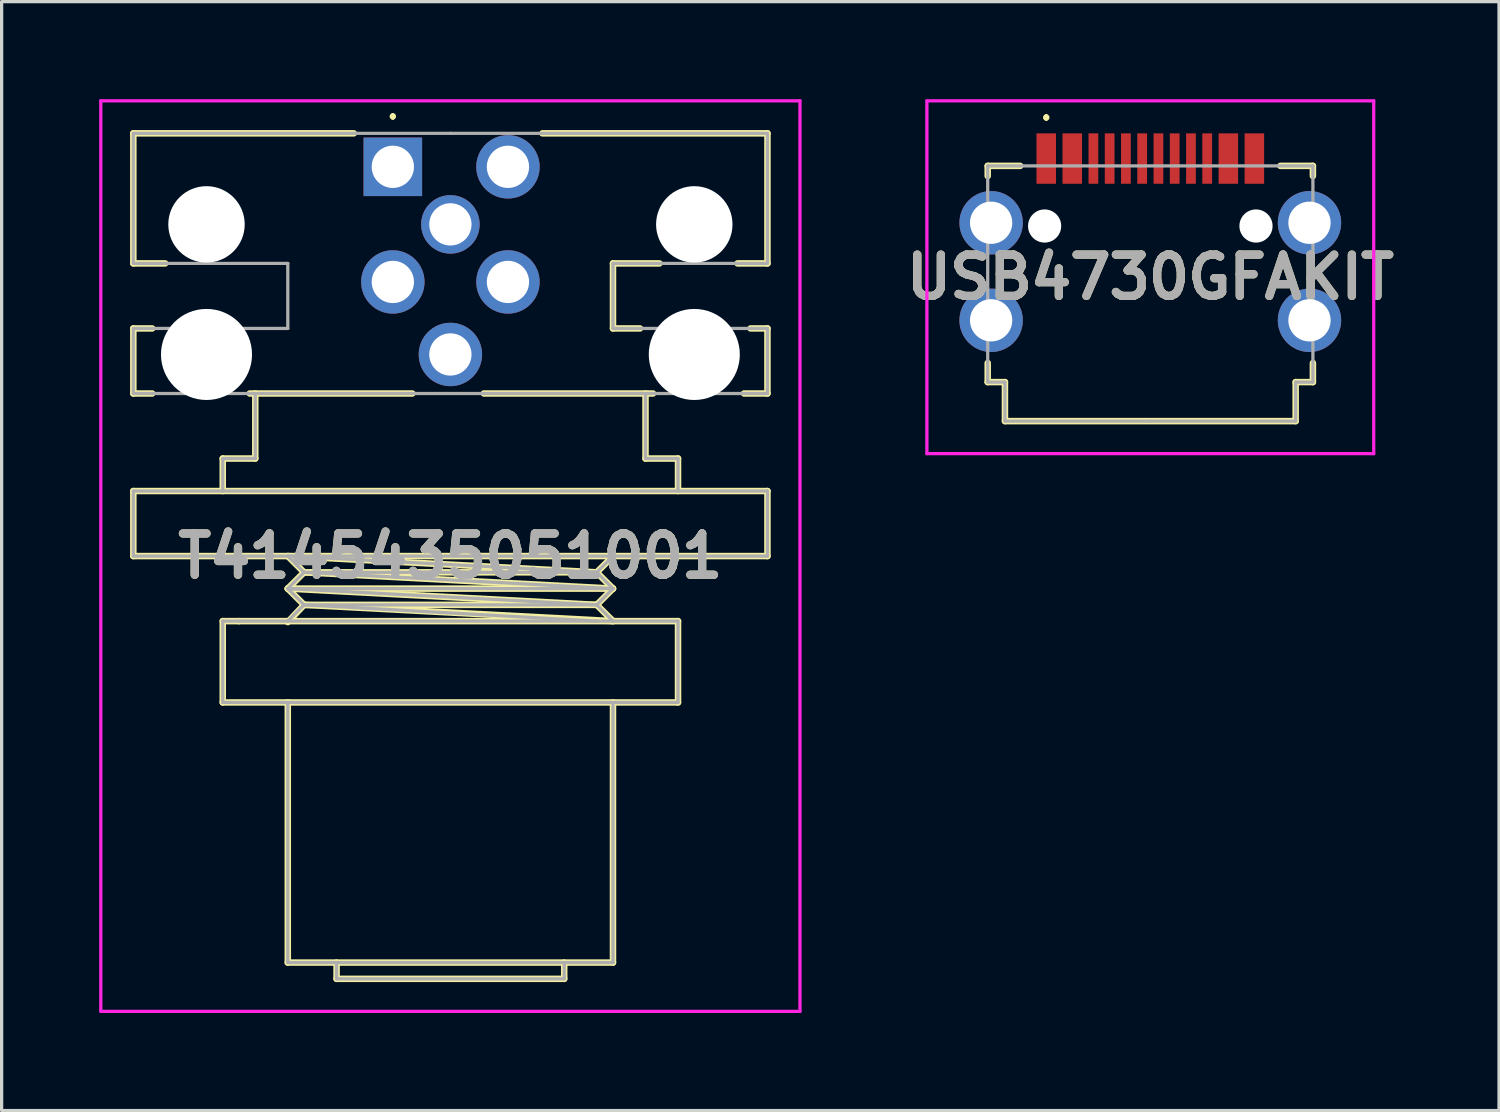
<source format=kicad_pcb>
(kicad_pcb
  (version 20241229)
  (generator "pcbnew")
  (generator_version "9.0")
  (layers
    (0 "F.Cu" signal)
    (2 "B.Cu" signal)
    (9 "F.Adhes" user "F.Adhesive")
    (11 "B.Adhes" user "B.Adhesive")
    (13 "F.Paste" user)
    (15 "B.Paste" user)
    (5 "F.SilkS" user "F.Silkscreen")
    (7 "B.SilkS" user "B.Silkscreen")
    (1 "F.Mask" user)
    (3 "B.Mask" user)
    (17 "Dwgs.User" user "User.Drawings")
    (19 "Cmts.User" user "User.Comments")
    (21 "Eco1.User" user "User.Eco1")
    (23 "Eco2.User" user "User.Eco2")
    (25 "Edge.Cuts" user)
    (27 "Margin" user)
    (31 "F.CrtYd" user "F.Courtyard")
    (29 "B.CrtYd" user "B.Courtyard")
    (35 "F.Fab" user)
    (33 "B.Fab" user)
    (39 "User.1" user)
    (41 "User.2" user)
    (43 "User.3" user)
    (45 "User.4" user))
  (footprint "USB4730GFAKIT"
    (layer "F.Cu")
    (at 32.323 5.863)
    (property "Reference" "USB4730GFAKIT" (at 0 -0.388 0) (layer "F.SilkS") (effects (font (size 1.27 1.27) (thickness 0.254))))
    (attr through_hole)
    (fp_line (start -5 -3.812) (end -5 -3.5) (stroke (width 0.2) (type solid)) (layer "F.SilkS"))
    (fp_line (start -5 2.837) (end -5 2.25) (stroke (width 0.2) (type solid)) (layer "F.SilkS"))
    (fp_line (start -4.47 2.837) (end -5 2.837) (stroke (width 0.2) (type solid)) (layer "F.SilkS"))
    (fp_line (start -4.47 4.037) (end -4.47 2.837) (stroke (width 0.2) (type solid)) (layer "F.SilkS"))
    (fp_line (start -4 -3.812) (end -5 -3.812) (stroke (width 0.2) (type solid)) (layer "F.SilkS"))
    (fp_line (start -3.2 -5.35) (end -3.2 -5.35) (stroke (width 0.1) (type solid)) (layer "F.SilkS"))
    (fp_line (start -3.2 -5.25) (end -3.2 -5.25) (stroke (width 0.1) (type solid)) (layer "F.SilkS"))
    (fp_line (start 4 -3.812) (end 5 -3.812) (stroke (width 0.2) (type solid)) (layer "F.SilkS"))
    (fp_line (start 4.47 2.837) (end 4.47 4.037) (stroke (width 0.2) (type solid)) (layer "F.SilkS"))
    (fp_line (start 4.47 4.037) (end -4.47 4.037) (stroke (width 0.2) (type solid)) (layer "F.SilkS"))
    (fp_line (start 5 -3.812) (end 5 -3.5) (stroke (width 0.2) (type solid)) (layer "F.SilkS"))
    (fp_line (start 5 2.25) (end 5 2.837) (stroke (width 0.2) (type solid)) (layer "F.SilkS"))
    (fp_line (start 5 2.837) (end 4.47 2.837) (stroke (width 0.2) (type solid)) (layer "F.SilkS"))
    (fp_arc (start -3.2 -5.35) (mid -3.15 -5.3) (end -3.2 -5.25) (stroke (width 0.1) (type solid)) (layer "F.SilkS"))
    (fp_arc (start -3.2 -5.25) (mid -3.25 -5.3) (end -3.2 -5.35) (stroke (width 0.1) (type solid)) (layer "F.SilkS"))
    (fp_line (start -6.87 -5.813) (end 6.87 -5.813) (stroke (width 0.1) (type solid)) (layer "F.CrtYd"))
    (fp_line (start -6.87 5.037) (end -6.87 -5.813) (stroke (width 0.1) (type solid)) (layer "F.CrtYd"))
    (fp_line (start 6.87 -5.813) (end 6.87 5.037) (stroke (width 0.1) (type solid)) (layer "F.CrtYd"))
    (fp_line (start 6.87 5.037) (end -6.87 5.037) (stroke (width 0.1) (type solid)) (layer "F.CrtYd"))
    (fp_line (start -5 -3.812) (end -5 2.837) (stroke (width 0.1) (type solid)) (layer "F.Fab"))
    (fp_line (start -5 2.837) (end -4.47 2.837) (stroke (width 0.1) (type solid)) (layer "F.Fab"))
    (fp_line (start -4.47 2.837) (end -4.47 4.037) (stroke (width 0.1) (type solid)) (layer "F.Fab"))
    (fp_line (start -4.47 4.037) (end 0 4.037) (stroke (width 0.1) (type solid)) (layer "F.Fab"))
    (fp_line (start 0 4.037) (end 4.47 4.037) (stroke (width 0.1) (type solid)) (layer "F.Fab"))
    (fp_line (start 4.47 2.837) (end 5 2.837) (stroke (width 0.1) (type solid)) (layer "F.Fab"))
    (fp_line (start 4.47 4.037) (end 4.47 2.837) (stroke (width 0.1) (type solid)) (layer "F.Fab"))
    (fp_line (start 5 -3.812) (end -5 -3.812) (stroke (width 0.1) (type solid)) (layer "F.Fab"))
    (fp_line (start 5 2.837) (end 5 -3.812) (stroke (width 0.1) (type solid)) (layer "F.Fab"))
    (fp_text user "${REFERENCE}" (at 0 -0.388 0) (layer "F.Fab") (effects (font (size 1.27 1.27) (thickness 0.254))))
    (pad "" np_thru_hole circle (at -3.25 -1.963) (size 1.02 1.02) (drill 1.02) (layers "*.Cu" "*.Mask"))
    (pad "" np_thru_hole circle (at 3.25 -1.963) (size 1.02 1.02) (drill 1.02) (layers "*.Cu" "*.Mask"))
    (pad "A1" smd rect (at -3.2 -4.037) (size 0.6 1.55) (layers "F.Cu" "F.Mask" "F.Paste"))
    (pad "A4" smd rect (at -2.4 -4.037) (size 0.6 1.55) (layers "F.Cu" "F.Mask" "F.Paste"))
    (pad "A5" smd rect (at -1.25 -4.037) (size 0.3 1.55) (layers "F.Cu" "F.Mask" "F.Paste"))
    (pad "A6" smd rect (at -0.25 -4.037) (size 0.3 1.55) (layers "F.Cu" "F.Mask" "F.Paste"))
    (pad "A7" smd rect (at 0.25 -4.037) (size 0.3 1.55) (layers "F.Cu" "F.Mask" "F.Paste"))
    (pad "A8" smd rect (at 1.25 -4.037) (size 0.3 1.55) (layers "F.Cu" "F.Mask" "F.Paste"))
    (pad "A9" smd rect (at 2.4 -4.037) (size 0.6 1.55) (layers "F.Cu" "F.Mask" "F.Paste"))
    (pad "A12" smd rect (at 3.2 -4.037) (size 0.6 1.55) (layers "F.Cu" "F.Mask" "F.Paste"))
    (pad "B5" smd rect (at 1.75 -4.037) (size 0.3 1.55) (layers "F.Cu" "F.Mask" "F.Paste"))
    (pad "B6" smd rect (at 0.75 -4.037) (size 0.3 1.55) (layers "F.Cu" "F.Mask" "F.Paste"))
    (pad "B7" smd rect (at -0.75 -4.037) (size 0.3 1.55) (layers "F.Cu" "F.Mask" "F.Paste"))
    (pad "B8" smd rect (at -1.75 -4.037) (size 0.3 1.55) (layers "F.Cu" "F.Mask" "F.Paste"))
    (pad "MH1" thru_hole circle (at -4.895 -2.063) (size 1.95 1.95) (drill 1.3) (layers "*.Cu" "*.Mask"))
    (pad "MH2" thru_hole circle (at -4.895 0.937) (size 1.95 1.95) (drill 1.3) (layers "*.Cu" "*.Mask"))
    (pad "MH3" thru_hole circle (at 4.895 0.937) (size 1.95 1.95) (drill 1.3) (layers "*.Cu" "*.Mask"))
    (pad "MH4" thru_hole circle (at 4.895 -2.063) (size 1.95 1.95) (drill 1.3) (layers "*.Cu" "*.Mask")))
  (footprint "T4145435051001"
    (layer "F.Cu")
    (at 9.03 2.08)
    (property "Reference" "T4145435051001" (at 1.77 11.97 0) (layer "F.SilkS") (effects (font (size 1.27 1.27) (thickness 0.254))))
    (attr through_hole)
    (fp_line (start -7.98 -1.03) (end -1.2 -1.03) (stroke (width 0.2) (type solid)) (layer "F.SilkS"))
    (fp_line (start -7.98 2.97) (end -7.98 -1.03) (stroke (width 0.2) (type solid)) (layer "F.SilkS"))
    (fp_line (start -7.98 4.97) (end -7.98 6.97) (stroke (width 0.2) (type solid)) (layer "F.SilkS"))
    (fp_line (start -7.98 6.97) (end -7.4 6.97) (stroke (width 0.2) (type solid)) (layer "F.SilkS"))
    (fp_line (start -7.98 9.97) (end 11.52 9.97) (stroke (width 0.2) (type solid)) (layer "F.SilkS"))
    (fp_line (start -7.98 11.97) (end -7.98 9.97) (stroke (width 0.2) (type solid)) (layer "F.SilkS"))
    (fp_line (start -7.4 4.97) (end -7.98 4.97) (stroke (width 0.2) (type solid)) (layer "F.SilkS"))
    (fp_line (start -7 2.97) (end -7.98 2.97) (stroke (width 0.2) (type solid)) (layer "F.SilkS"))
    (fp_line (start -5.23 8.97) (end -5.23 9.97) (stroke (width 0.2) (type solid)) (layer "F.SilkS"))
    (fp_line (start -5.23 13.97) (end -5.23 16.47) (stroke (width 0.2) (type solid)) (layer "F.SilkS"))
    (fp_line (start -5.23 16.47) (end 8.77 16.47) (stroke (width 0.2) (type solid)) (layer "F.SilkS"))
    (fp_line (start -4.73 13.97) (end -5.23 13.97) (stroke (width 0.2) (type solid)) (layer "F.SilkS"))
    (fp_line (start -4.23 6.97) (end -4.23 8.97) (stroke (width 0.2) (type solid)) (layer "F.SilkS"))
    (fp_line (start -4.23 8.97) (end -5.23 8.97) (stroke (width 0.2) (type solid)) (layer "F.SilkS"))
    (fp_line (start -3.23 11.97) (end -2.73 12.47) (stroke (width 0.2) (type solid)) (layer "F.SilkS"))
    (fp_line (start -3.23 11.97) (end 6.27 12.47) (stroke (width 0.2) (type solid)) (layer "F.SilkS"))
    (fp_line (start -3.23 12.97) (end -2.73 13.47) (stroke (width 0.2) (type solid)) (layer "F.SilkS"))
    (fp_line (start -3.23 12.97) (end 6.27 13.47) (stroke (width 0.2) (type solid)) (layer "F.SilkS"))
    (fp_line (start -3.23 16.47) (end -3.23 24.47) (stroke (width 0.2) (type solid)) (layer "F.SilkS"))
    (fp_line (start -3.23 24.47) (end 6.77 24.47) (stroke (width 0.2) (type solid)) (layer "F.SilkS"))
    (fp_line (start -2.73 12.47) (end -3.23 12.97) (stroke (width 0.2) (type solid)) (layer "F.SilkS"))
    (fp_line (start -2.73 12.47) (end 6.77 12.97) (stroke (width 0.2) (type solid)) (layer "F.SilkS"))
    (fp_line (start -2.73 13.47) (end -3.23 14) (stroke (width 0.2) (type solid)) (layer "F.SilkS"))
    (fp_line (start -2.73 13.47) (end 6.77 13.97) (stroke (width 0.2) (type solid)) (layer "F.SilkS"))
    (fp_line (start -1.73 24.47) (end -1.73 24.97) (stroke (width 0.2) (type solid)) (layer "F.SilkS"))
    (fp_line (start -1.73 24.97) (end 5.27 24.97) (stroke (width 0.2) (type solid)) (layer "F.SilkS"))
    (fp_line (start 0 -1.6) (end 0 -1.6) (stroke (width 0.1) (type solid)) (layer "F.SilkS"))
    (fp_line (start 0 -1.5) (end 0 -1.5) (stroke (width 0.1) (type solid)) (layer "F.SilkS"))
    (fp_line (start 0.6 6.97) (end -4.4 6.97) (stroke (width 0.2) (type solid)) (layer "F.SilkS"))
    (fp_line (start 4.6 -1.03) (end 11.52 -1.03) (stroke (width 0.2) (type solid)) (layer "F.SilkS"))
    (fp_line (start 5.27 24.97) (end 5.27 24.47) (stroke (width 0.2) (type solid)) (layer "F.SilkS"))
    (fp_line (start 6.27 12.47) (end -2.73 12.47) (stroke (width 0.2) (type solid)) (layer "F.SilkS"))
    (fp_line (start 6.27 12.47) (end 6.77 12.97) (stroke (width 0.2) (type solid)) (layer "F.SilkS"))
    (fp_line (start 6.27 13.47) (end -2.73 13.47) (stroke (width 0.2) (type solid)) (layer "F.SilkS"))
    (fp_line (start 6.27 13.47) (end 6.77 13.97) (stroke (width 0.2) (type solid)) (layer "F.SilkS"))
    (fp_line (start 6.77 2.97) (end 6.77 4.97) (stroke (width 0.2) (type solid)) (layer "F.SilkS"))
    (fp_line (start 6.77 4.97) (end 7.6 4.97) (stroke (width 0.2) (type solid)) (layer "F.SilkS"))
    (fp_line (start 6.77 11.97) (end 6.27 12.47) (stroke (width 0.2) (type solid)) (layer "F.SilkS"))
    (fp_line (start 6.77 12.97) (end -3.23 12.97) (stroke (width 0.2) (type solid)) (layer "F.SilkS"))
    (fp_line (start 6.77 12.97) (end 6.27 13.47) (stroke (width 0.2) (type solid)) (layer "F.SilkS"))
    (fp_line (start 6.77 24.47) (end 6.77 16.47) (stroke (width 0.2) (type solid)) (layer "F.SilkS"))
    (fp_line (start 7.77 6.97) (end 7.77 8.97) (stroke (width 0.2) (type solid)) (layer "F.SilkS"))
    (fp_line (start 7.77 8.97) (end 8.77 8.97) (stroke (width 0.2) (type solid)) (layer "F.SilkS"))
    (fp_line (start 8 6.97) (end 2.8 6.97) (stroke (width 0.2) (type solid)) (layer "F.SilkS"))
    (fp_line (start 8.2 2.97) (end 6.77 2.97) (stroke (width 0.2) (type solid)) (layer "F.SilkS"))
    (fp_line (start 8.77 8.97) (end 8.77 9.97) (stroke (width 0.2) (type solid)) (layer "F.SilkS"))
    (fp_line (start 8.77 13.97) (end -4.73 13.97) (stroke (width 0.2) (type solid)) (layer "F.SilkS"))
    (fp_line (start 8.77 16.47) (end 8.77 13.97) (stroke (width 0.2) (type solid)) (layer "F.SilkS"))
    (fp_line (start 11 4.97) (end 11.52 4.97) (stroke (width 0.2) (type solid)) (layer "F.SilkS"))
    (fp_line (start 11.52 -1.03) (end 11.52 2.97) (stroke (width 0.2) (type solid)) (layer "F.SilkS"))
    (fp_line (start 11.52 2.97) (end 10.6 2.97) (stroke (width 0.2) (type solid)) (layer "F.SilkS"))
    (fp_line (start 11.52 4.97) (end 11.52 6.97) (stroke (width 0.2) (type solid)) (layer "F.SilkS"))
    (fp_line (start 11.52 6.97) (end 10.8 6.97) (stroke (width 0.2) (type solid)) (layer "F.SilkS"))
    (fp_line (start 11.52 9.97) (end 11.52 11.97) (stroke (width 0.2) (type solid)) (layer "F.SilkS"))
    (fp_line (start 11.52 11.97) (end -7.98 11.97) (stroke (width 0.2) (type solid)) (layer "F.SilkS"))
    (fp_arc (start 0 -1.6) (mid 0.05 -1.55) (end 0 -1.5) (stroke (width 0.1) (type solid)) (layer "F.SilkS"))
    (fp_arc (start 0 -1.5) (mid -0.05 -1.55) (end 0 -1.6) (stroke (width 0.1) (type solid)) (layer "F.SilkS"))
    (fp_line (start -8.98 -2.03) (end 12.52 -2.03) (stroke (width 0.1) (type solid)) (layer "F.CrtYd"))
    (fp_line (start -8.98 25.97) (end -8.98 -2.03) (stroke (width 0.1) (type solid)) (layer "F.CrtYd"))
    (fp_line (start 12.52 -2.03) (end 12.52 25.97) (stroke (width 0.1) (type solid)) (layer "F.CrtYd"))
    (fp_line (start 12.52 25.97) (end -8.98 25.97) (stroke (width 0.1) (type solid)) (layer "F.CrtYd"))
    (fp_line (start -7.98 -1.03) (end 1.77 -1.03) (stroke (width 0.1) (type solid)) (layer "F.Fab"))
    (fp_line (start -7.98 2.97) (end -7.98 -1.03) (stroke (width 0.1) (type solid)) (layer "F.Fab"))
    (fp_line (start -7.98 4.97) (end -3.23 4.97) (stroke (width 0.1) (type solid)) (layer "F.Fab"))
    (fp_line (start -7.98 6.97) (end -7.98 4.97) (stroke (width 0.1) (type solid)) (layer "F.Fab"))
    (fp_line (start -7.98 9.97) (end 11.52 9.97) (stroke (width 0.1) (type solid)) (layer "F.Fab"))
    (fp_line (start -7.98 11.97) (end -7.98 9.97) (stroke (width 0.1) (type solid)) (layer "F.Fab"))
    (fp_line (start -5.23 8.97) (end -5.23 9.97) (stroke (width 0.1) (type solid)) (layer "F.Fab"))
    (fp_line (start -5.23 13.97) (end -5.23 16.47) (stroke (width 0.1) (type solid)) (layer "F.Fab"))
    (fp_line (start -5.23 16.47) (end 8.77 16.47) (stroke (width 0.1) (type solid)) (layer "F.Fab"))
    (fp_line (start -4.73 13.97) (end -5.23 13.97) (stroke (width 0.1) (type solid)) (layer "F.Fab"))
    (fp_line (start -4.23 6.97) (end -4.23 8.97) (stroke (width 0.1) (type solid)) (layer "F.Fab"))
    (fp_line (start -4.23 8.97) (end -5.23 8.97) (stroke (width 0.1) (type solid)) (layer "F.Fab"))
    (fp_line (start -3.23 2.97) (end -7.98 2.97) (stroke (width 0.1) (type solid)) (layer "F.Fab"))
    (fp_line (start -3.23 4.97) (end -3.23 2.97) (stroke (width 0.1) (type solid)) (layer "F.Fab"))
    (fp_line (start -3.23 11.97) (end -2.73 12.47) (stroke (width 0.1) (type solid)) (layer "F.Fab"))
    (fp_line (start -3.23 11.97) (end 6.27 12.47) (stroke (width 0.1) (type solid)) (layer "F.Fab"))
    (fp_line (start -3.23 12.97) (end -2.73 13.47) (stroke (width 0.1) (type solid)) (layer "F.Fab"))
    (fp_line (start -3.23 12.97) (end 6.27 13.47) (stroke (width 0.1) (type solid)) (layer "F.Fab"))
    (fp_line (start -3.23 13.97) (end -4.73 13.97) (stroke (width 0.1) (type solid)) (layer "F.Fab"))
    (fp_line (start -3.23 13.97) (end 6.77 13.97) (stroke (width 0.1) (type solid)) (layer "F.Fab"))
    (fp_line (start -3.23 16.47) (end -3.23 24.47) (stroke (width 0.1) (type solid)) (layer "F.Fab"))
    (fp_line (start -3.23 24.47) (end 6.77 24.47) (stroke (width 0.1) (type solid)) (layer "F.Fab"))
    (fp_line (start -2.73 12.47) (end -3.23 12.97) (stroke (width 0.1) (type solid)) (layer "F.Fab"))
    (fp_line (start -2.73 12.47) (end 6.77 12.97) (stroke (width 0.1) (type solid)) (layer "F.Fab"))
    (fp_line (start -2.73 13.47) (end -3.23 13.97) (stroke (width 0.1) (type solid)) (layer "F.Fab"))
    (fp_line (start -2.73 13.47) (end 6.27 13.97) (stroke (width 0.1) (type solid)) (layer "F.Fab"))
    (fp_line (start -1.73 24.47) (end -1.73 24.97) (stroke (width 0.1) (type solid)) (layer "F.Fab"))
    (fp_line (start -1.73 24.97) (end 5.27 24.97) (stroke (width 0.1) (type solid)) (layer "F.Fab"))
    (fp_line (start 1.77 -1.03) (end 11.52 -1.03) (stroke (width 0.1) (type solid)) (layer "F.Fab"))
    (fp_line (start 5.27 24.97) (end 5.27 24.47) (stroke (width 0.1) (type solid)) (layer "F.Fab"))
    (fp_line (start 6.27 12.47) (end -2.73 12.47) (stroke (width 0.1) (type solid)) (layer "F.Fab"))
    (fp_line (start 6.27 12.47) (end 6.77 11.97) (stroke (width 0.1) (type solid)) (layer "F.Fab"))
    (fp_line (start 6.27 13.47) (end -2.73 13.47) (stroke (width 0.1) (type solid)) (layer "F.Fab"))
    (fp_line (start 6.27 13.47) (end 6.77 12.97) (stroke (width 0.1) (type solid)) (layer "F.Fab"))
    (fp_line (start 6.77 2.97) (end 6.77 4.97) (stroke (width 0.1) (type solid)) (layer "F.Fab"))
    (fp_line (start 6.77 4.97) (end 11.52 4.97) (stroke (width 0.1) (type solid)) (layer "F.Fab"))
    (fp_line (start 6.77 12.97) (end -3.23 12.97) (stroke (width 0.1) (type solid)) (layer "F.Fab"))
    (fp_line (start 6.77 12.97) (end 6.27 12.47) (stroke (width 0.1) (type solid)) (layer "F.Fab"))
    (fp_line (start 6.77 13.97) (end 6.27 13.47) (stroke (width 0.1) (type solid)) (layer "F.Fab"))
    (fp_line (start 6.77 24.47) (end 6.77 16.47) (stroke (width 0.1) (type solid)) (layer "F.Fab"))
    (fp_line (start 7.77 6.97) (end 7.77 8.97) (stroke (width 0.1) (type solid)) (layer "F.Fab"))
    (fp_line (start 7.77 8.97) (end 8.77 8.97) (stroke (width 0.1) (type solid)) (layer "F.Fab"))
    (fp_line (start 8.77 8.97) (end 8.77 9.97) (stroke (width 0.1) (type solid)) (layer "F.Fab"))
    (fp_line (start 8.77 13.97) (end 6.77 13.97) (stroke (width 0.1) (type solid)) (layer "F.Fab"))
    (fp_line (start 8.77 16.47) (end 8.77 13.97) (stroke (width 0.1) (type solid)) (layer "F.Fab"))
    (fp_line (start 11.52 -1.03) (end 11.52 2.97) (stroke (width 0.1) (type solid)) (layer "F.Fab"))
    (fp_line (start 11.52 2.97) (end 6.77 2.97) (stroke (width 0.1) (type solid)) (layer "F.Fab"))
    (fp_line (start 11.52 4.97) (end 11.52 6.97) (stroke (width 0.1) (type solid)) (layer "F.Fab"))
    (fp_line (start 11.52 6.97) (end -7.98 6.97) (stroke (width 0.1) (type solid)) (layer "F.Fab"))
    (fp_line (start 11.52 9.97) (end 11.52 11.97) (stroke (width 0.1) (type solid)) (layer "F.Fab"))
    (fp_line (start 11.52 11.97) (end -7.98 11.97) (stroke (width 0.1) (type solid)) (layer "F.Fab"))
    (fp_text user "${REFERENCE}" (at 1.77 11.97 0) (layer "F.Fab") (effects (font (size 1.27 1.27) (thickness 0.254))))
    (pad "" np_thru_hole circle (at -5.73 1.77) (size 2.35 2.35) (drill 2.35) (layers "*.Cu" "*.Mask"))
    (pad "" np_thru_hole circle (at -5.73 5.77) (size 2.8 2.8) (drill 2.8) (layers "*.Cu" "*.Mask"))
    (pad "" np_thru_hole circle (at 9.27 1.77) (size 2.35 2.35) (drill 2.35) (layers "*.Cu" "*.Mask"))
    (pad "" np_thru_hole circle (at 9.27 5.77) (size 2.8 2.8) (drill 2.8) (layers "*.Cu" "*.Mask"))
    (pad "1" thru_hole rect (at 0 0) (size 1.8 1.8) (drill 1.3) (layers "*.Cu" "*.Mask"))
    (pad "2" thru_hole circle (at 3.54 0) (size 1.95 1.95) (drill 1.3) (layers "*.Cu" "*.Mask"))
    (pad "3" thru_hole circle (at 3.54 3.54) (size 1.95 1.95) (drill 1.3) (layers "*.Cu" "*.Mask"))
    (pad "4" thru_hole circle (at 0 3.54) (size 1.95 1.95) (drill 1.3) (layers "*.Cu" "*.Mask"))
    (pad "5" thru_hole circle (at 1.77 1.77) (size 1.8 1.8) (drill 1.3) (layers "*.Cu" "*.Mask"))
    (pad "MP" thru_hole circle (at 1.77 5.77) (size 1.95 1.95) (drill 1.3) (layers "*.Cu" "*.Mask")))
  (gr_rect
    (start -3 -3)
    (end 43.046 31.1)
    (stroke (width 0.1) (type default))
    (fill no)
    (layer "Edge.Cuts")))
</source>
